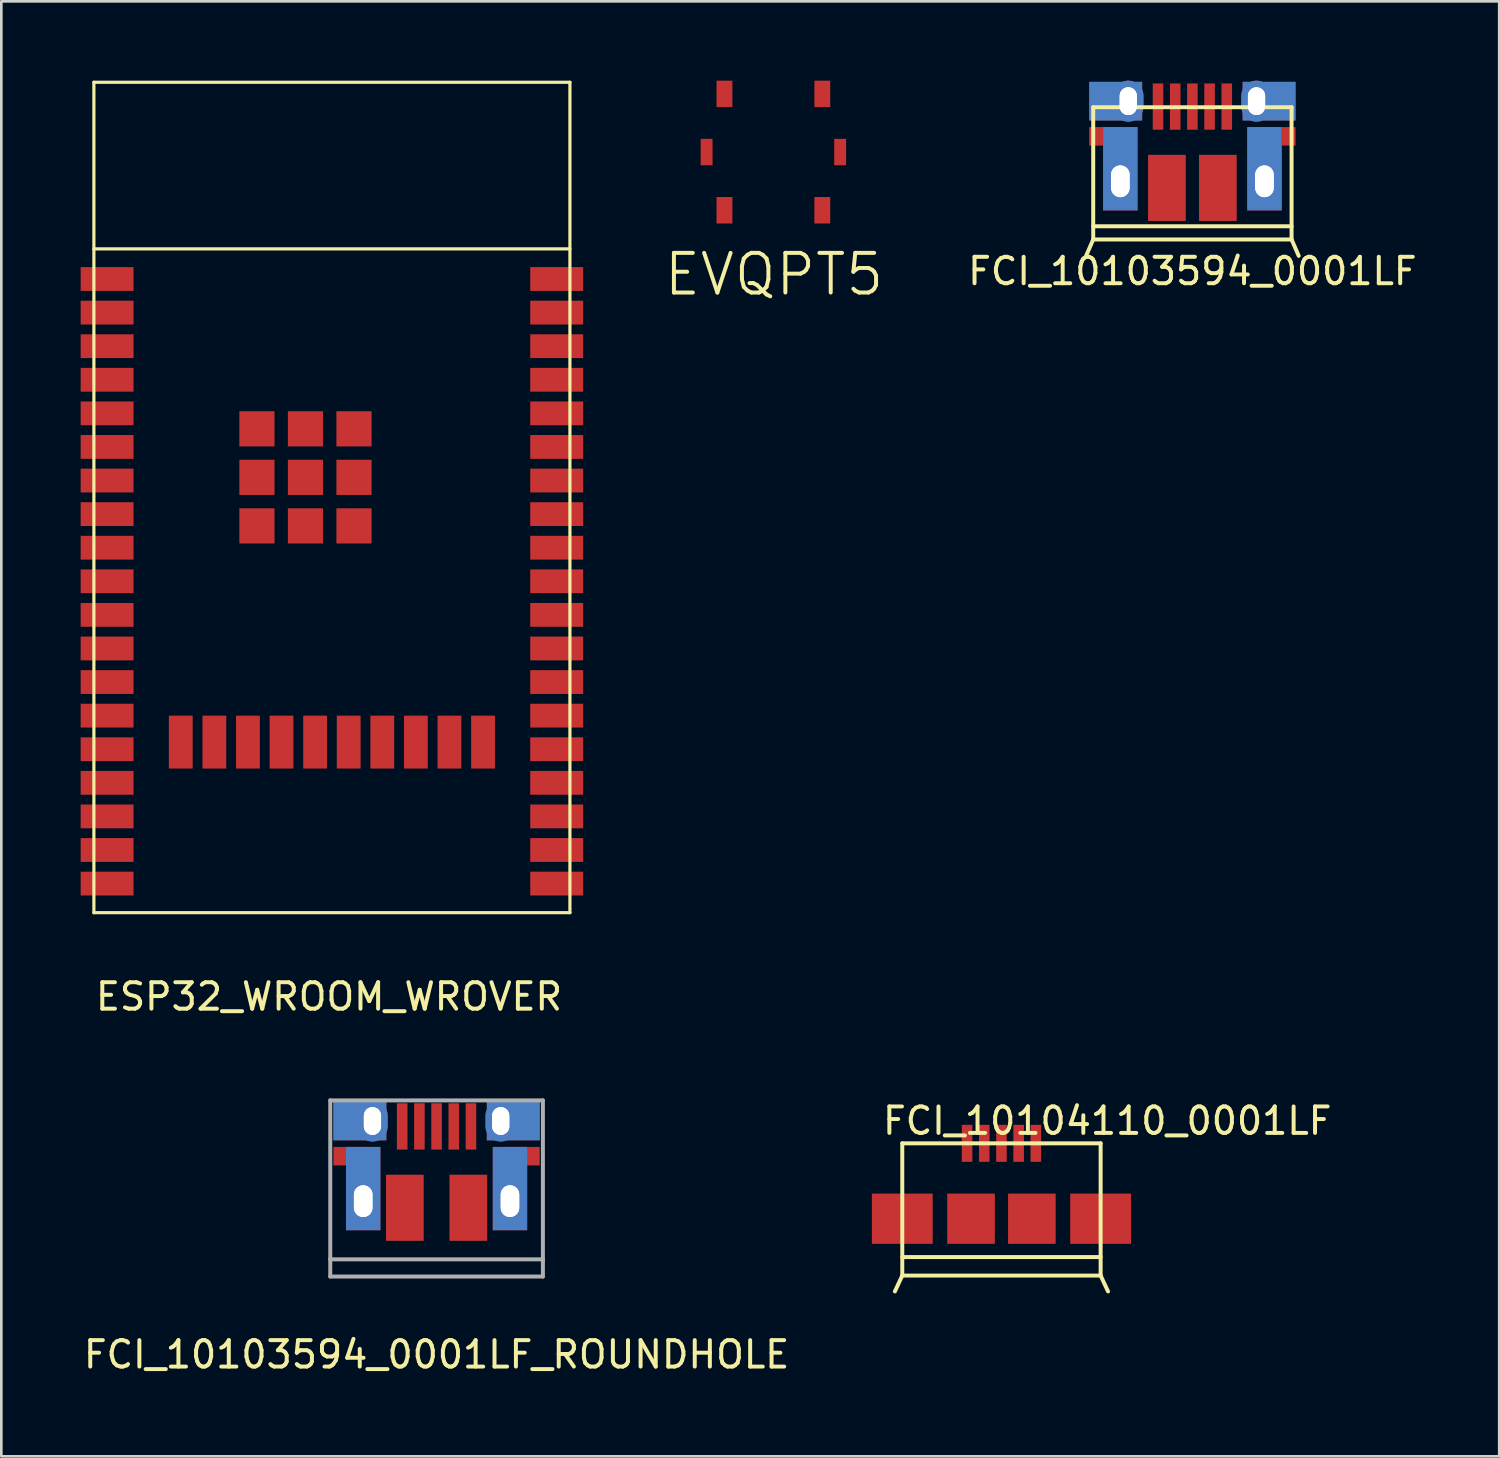
<source format=kicad_pcb>
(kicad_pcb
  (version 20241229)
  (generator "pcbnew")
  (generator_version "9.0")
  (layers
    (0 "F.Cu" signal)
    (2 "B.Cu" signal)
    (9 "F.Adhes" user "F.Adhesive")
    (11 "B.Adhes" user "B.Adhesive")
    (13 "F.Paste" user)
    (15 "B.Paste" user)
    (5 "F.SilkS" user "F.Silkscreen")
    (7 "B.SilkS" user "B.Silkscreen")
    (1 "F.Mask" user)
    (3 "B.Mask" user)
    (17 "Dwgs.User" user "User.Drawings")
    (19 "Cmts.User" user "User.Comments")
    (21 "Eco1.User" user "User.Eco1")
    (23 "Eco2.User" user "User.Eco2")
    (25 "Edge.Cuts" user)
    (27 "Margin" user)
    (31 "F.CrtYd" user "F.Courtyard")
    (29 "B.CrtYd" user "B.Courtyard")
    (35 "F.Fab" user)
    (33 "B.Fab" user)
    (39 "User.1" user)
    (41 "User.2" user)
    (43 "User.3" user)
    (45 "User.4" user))
  (footprint "EVQPT5"
    (layer "F.Cu")
    (at 26.193 2.7)
    (property "Reference" "EVQPT5" (at 0.025 4.625 0) (layer "F.SilkS") (effects (font (size 1.5 1.5) (thickness 0.15))))
    (attr through_hole)
    (pad "" smd rect (at -2.525 0) (size 0.45 1) (layers "F.Cu" "F.Mask" "F.Paste"))
    (pad "" smd rect (at 2.525 0) (size 0.45 1) (layers "F.Cu" "F.Mask" "F.Paste"))
    (pad "1" smd rect (at -1.85 -2.2) (size 0.6 1) (layers "F.Cu" "F.Mask" "F.Paste"))
    (pad "1" smd rect (at -1.85 2.2) (size 0.6 1) (layers "F.Cu" "F.Mask" "F.Paste"))
    (pad "2" smd rect (at 1.85 -2.2) (size 0.6 1) (layers "F.Cu" "F.Mask" "F.Paste"))
    (pad "2" smd rect (at 1.85 2.2) (size 0.6 1) (layers "F.Cu" "F.Mask" "F.Paste")))
  (footprint "FCI_10103594_0001LF"
    (layer "F.Cu")
    (at 42.037 3.805)
    (property "Reference" "FCI_10103594_0001LF" (at 0 3.4 0) (layer "F.SilkS") (effects (font (size 1 1) (thickness 0.15))))
    (attr through_hole)
    (fp_line (start -3.75 -2.8) (end 3.75 -2.8) (stroke (width 0.15) (type solid)) (layer "F.SilkS"))
    (fp_line (start -3.75 1.7) (end 3.75 1.7) (stroke (width 0.15) (type solid)) (layer "F.SilkS"))
    (fp_line (start -3.75 2.2) (end -4.02 2.82) (stroke (width 0.15) (type solid)) (layer "F.SilkS"))
    (fp_line (start -3.75 2.2) (end -3.75 -2.8) (stroke (width 0.15) (type solid)) (layer "F.SilkS"))
    (fp_line (start 3.75 -2.8) (end 3.75 2.2) (stroke (width 0.15) (type solid)) (layer "F.SilkS"))
    (fp_line (start 3.75 2.2) (end -3.75 2.2) (stroke (width 0.15) (type solid)) (layer "F.SilkS"))
    (fp_line (start 3.75 2.2) (end 4.02 2.82) (stroke (width 0.15) (type solid)) (layer "F.SilkS"))
    (pad "1" smd rect (at -1.3 -2.825) (size 0.4 1.75) (layers "F.Cu" "F.Mask" "F.Paste"))
    (pad "2" smd rect (at -0.65 -2.825) (size 0.4 1.75) (layers "F.Cu" "F.Mask" "F.Paste"))
    (pad "3" smd rect (at 0 -2.825) (size 0.4 1.75) (layers "F.Cu" "F.Mask" "F.Paste"))
    (pad "4" smd rect (at 0.65 -2.825) (size 0.4 1.75) (layers "F.Cu" "F.Mask" "F.Paste"))
    (pad "5" smd rect (at 1.3 -2.825) (size 0.4 1.75) (layers "F.Cu" "F.Mask" "F.Paste"))
    (pad "6" smd rect (at -3.638 -1.7) (size 0.525 0.7) (layers "F.Cu" "F.Mask" "F.Paste"))
    (pad "6" thru_hole oval (at -2.725 0) (size 1.2 1.7) (drill oval 0.7 1.2) (layers "B.Cu" "B.Mask"))
    (pad "6" thru_hole rect (at -2.725 0) (size 1.3 3.15) (drill oval 0.7 1.2 (offset 0 -0.475)) (layers "F.Cu" "F.Mask" "F.Paste"))
    (pad "6" thru_hole oval (at -2.425 -3.03) (size 1.15 1.55) (drill oval 0.65 1.05) (layers "B.Cu" "B.Mask"))
    (pad "6" thru_hole rect (at -2.425 -3.03) (size 2 1.46) (drill oval 0.65 1.05 (offset -0.475 0)) (layers "F.Cu" "F.Mask" "F.Paste"))
    (pad "6" smd rect (at -0.963 0) (size 1.425 2.5) (drill (offset 0 0.25)) (layers "F.Cu" "F.Mask" "F.Paste"))
    (pad "6" smd rect (at 0.963 0) (size 1.425 2.5) (drill (offset 0 0.25)) (layers "F.Cu" "F.Mask" "F.Paste"))
    (pad "6" thru_hole oval (at 2.425 -3.03) (size 1.15 1.55) (drill oval 0.65 1.05) (layers "B.Cu" "B.Mask"))
    (pad "6" thru_hole rect (at 2.425 -3.03) (size 2 1.46) (drill oval 0.65 1.05 (offset 0.475 0)) (layers "F.Cu" "F.Mask" "F.Paste"))
    (pad "6" thru_hole oval (at 2.725 0) (size 1.2 1.7) (drill oval 0.7 1.2) (layers "B.Cu" "B.Mask"))
    (pad "6" thru_hole rect (at 2.725 0) (size 1.3 3.15) (drill oval 0.7 1.2 (offset 0 -0.475)) (layers "F.Cu" "F.Mask" "F.Paste"))
    (pad "6" smd rect (at 3.638 -1.7) (size 0.525 0.7) (layers "F.Cu" "F.Mask" "F.Paste")))
  (footprint "FCI_10103594_0001LF_ROUNDHOLE"
    (layer "F.Cu")
    (at 13.458 42.368)
    (property "Reference" "FCI_10103594_0001LF_ROUNDHOLE" (at 0 5.8 0) (layer "F.SilkS") (effects (font (size 1 1) (thickness 0.15))))
    (attr through_hole)
    (fp_line (start -4.02 -3.81) (end 4.02 -3.81) (stroke (width 0.15) (type solid)) (layer "F.Fab"))
    (fp_line (start -4.02 2.2) (end -4.02 -3.81) (stroke (width 0.15) (type solid)) (layer "F.Fab"))
    (fp_line (start -4.02 2.2) (end -4.02 2.85) (stroke (width 0.15) (type solid)) (layer "F.Fab"))
    (fp_line (start -4.02 2.85) (end 4.02 2.85) (stroke (width 0.15) (type solid)) (layer "F.Fab"))
    (fp_line (start 4.02 -3.81) (end 4.02 2.2) (stroke (width 0.15) (type solid)) (layer "F.Fab"))
    (fp_line (start 4.02 2.2) (end -4.02 2.2) (stroke (width 0.15) (type solid)) (layer "F.Fab"))
    (fp_line (start 4.02 2.2) (end 4.02 2.85) (stroke (width 0.15) (type solid)) (layer "F.Fab"))
    (pad "" thru_hole oval (at -2.775 0) (size 1.2 1.7) (drill oval 0.7 1.2) (layers "B.Cu" "B.Mask"))
    (pad "1" smd rect (at 1.3 -2.825) (size 0.4 1.75) (layers "F.Cu" "F.Paste"))
    (pad "2" smd rect (at 0.65 -2.825) (size 0.4 1.75) (layers "F.Cu" "F.Paste"))
    (pad "3" smd rect (at 0 -2.825) (size 0.4 1.75) (layers "F.Cu" "F.Paste"))
    (pad "4" smd rect (at -0.65 -2.825) (size 0.4 1.75) (layers "F.Cu" "F.Paste"))
    (pad "5" smd rect (at -1.3 -2.825) (size 0.4 1.75) (layers "F.Cu" "F.Paste"))
    (pad "6" smd rect (at -3.2 -1.7) (size 1.4 0.7) (layers "F.Cu" "F.Paste"))
    (pad "6" thru_hole rect (at -2.775 0) (size 1.3 3.15) (drill oval 0.7 1.2 (offset 0 -0.475)) (layers "F.Cu" "F.Paste"))
    (pad "6" thru_hole oval (at -2.425 -3.03) (size 1.15 1.55) (drill oval 0.65 1.05) (layers "B.Cu" "B.Mask"))
    (pad "6" thru_hole rect (at -2.425 -3.03) (size 2 1.46) (drill oval 0.65 1.05 (offset -0.475 0)) (layers "F.Cu" "F.Paste"))
    (pad "6" smd rect (at -1.2 0) (size 1.425 2.5) (drill (offset 0 0.25)) (layers "F.Cu" "F.Paste"))
    (pad "6" smd rect (at 1.2 0) (size 1.425 2.5) (drill (offset 0 0.25)) (layers "F.Cu" "F.Paste"))
    (pad "6" thru_hole oval (at 2.425 -3.03) (size 1.15 1.55) (drill oval 0.65 1.05) (layers "B.Cu" "B.Mask"))
    (pad "6" thru_hole rect (at 2.425 -3.03) (size 2 1.46) (drill oval 0.65 1.05 (offset 0.475 0)) (layers "F.Cu" "F.Paste"))
    (pad "6" thru_hole oval (at 2.775 0) (size 1.2 1.7) (drill oval 0.7 1.2) (layers "B.Cu" "B.Mask"))
    (pad "6" thru_hole rect (at 2.775 0) (size 1.3 3.15) (drill oval 0.7 1.2 (offset 0 -0.475)) (layers "F.Cu" "F.Paste"))
    (pad "6" smd rect (at 3.2 -1.7) (size 1.4 0.7) (layers "F.Cu" "F.Paste")))
  (footprint "FCI_10104110_0001LF"
    (layer "F.Cu")
    (at 34.817 43.032)
    (property "Reference" "FCI_10104110_0001LF" (at 4 -3.7 0) (layer "F.SilkS") (effects (font (size 1 1) (thickness 0.15))))
    (attr through_hole)
    (fp_line (start -3.75 -2.85) (end -3.75 2.15) (stroke (width 0.15) (type solid)) (layer "F.SilkS"))
    (fp_line (start -3.75 1.45) (end 3.75 1.45) (stroke (width 0.15) (type solid)) (layer "F.SilkS"))
    (fp_line (start -3.75 2.15) (end -4.03 2.75) (stroke (width 0.15) (type solid)) (layer "F.SilkS"))
    (fp_line (start -3.75 2.15) (end 3.75 2.15) (stroke (width 0.15) (type solid)) (layer "F.SilkS"))
    (fp_line (start 3.75 -2.85) (end -3.75 -2.85) (stroke (width 0.15) (type solid)) (layer "F.SilkS"))
    (fp_line (start 3.75 -2.85) (end 3.75 2.15) (stroke (width 0.15) (type solid)) (layer "F.SilkS"))
    (fp_line (start 3.75 2.15) (end 4.03 2.75) (stroke (width 0.15) (type solid)) (layer "F.SilkS"))
    (pad "1" smd rect (at -1.3 -2.85) (size 0.4 1.4) (layers "F.Cu" "F.Mask" "F.Paste"))
    (pad "2" smd rect (at -0.65 -2.85) (size 0.4 1.4) (layers "F.Cu" "F.Mask" "F.Paste"))
    (pad "3" smd rect (at 0 -2.85) (size 0.4 1.4) (layers "F.Cu" "F.Mask" "F.Paste"))
    (pad "4" smd rect (at 0.65 -2.85) (size 0.4 1.4) (layers "F.Cu" "F.Mask" "F.Paste"))
    (pad "5" smd rect (at 1.3 -2.85) (size 0.4 1.4) (layers "F.Cu" "F.Mask" "F.Paste"))
    (pad "6" smd rect (at -3.75 0) (size 2.3 1.9) (layers "F.Cu" "F.Mask" "F.Paste"))
    (pad "6" smd rect (at -1.15 0) (size 1.8 1.9) (layers "F.Cu" "F.Mask" "F.Paste"))
    (pad "6" smd rect (at 1.15 0) (size 1.8 1.9) (layers "F.Cu" "F.Mask" "F.Paste"))
    (pad "6" smd rect (at 3.75 0) (size 2.3 1.9) (layers "F.Cu" "F.Mask" "F.Paste")))
  (footprint "ESP32_WROOM_WROVER"
    (layer "F.Cu")
    (at 0.5 31.46)
    (property "Reference" "ESP32_WROOM_WROVER" (at 8.89 3.175 0) (layer "F.SilkS") (effects (font (size 1 1) (thickness 0.15))))
    (attr through_hole)
    (fp_line (start 0 -31.4) (end 18 -31.4) (stroke (width 0.12) (type solid)) (layer "F.SilkS"))
    (fp_line (start 0 -25.1) (end 18 -25.1) (stroke (width 0.12) (type solid)) (layer "F.SilkS"))
    (fp_line (start 0 0) (end 0 -31.4) (stroke (width 0.12) (type solid)) (layer "F.SilkS"))
    (fp_line (start 18 -31.4) (end 18 0) (stroke (width 0.12) (type solid)) (layer "F.SilkS"))
    (fp_line (start 18 0) (end 0 0) (stroke (width 0.12) (type solid)) (layer "F.SilkS"))
    (pad "1" smd rect (at 0.5 -23.96) (size 2 0.9) (layers "F.Cu" "F.Mask" "F.Paste"))
    (pad "2" smd rect (at 0.5 -22.69) (size 2 0.9) (layers "F.Cu" "F.Mask" "F.Paste"))
    (pad "3" smd rect (at 0.5 -21.42) (size 2 0.9) (layers "F.Cu" "F.Mask" "F.Paste"))
    (pad "4" smd rect (at 0.5 -20.15) (size 2 0.9) (layers "F.Cu" "F.Mask" "F.Paste"))
    (pad "5" smd rect (at 0.5 -18.88) (size 2 0.9) (layers "F.Cu" "F.Mask" "F.Paste"))
    (pad "6" smd rect (at 0.5 -17.61) (size 2 0.9) (layers "F.Cu" "F.Mask" "F.Paste"))
    (pad "7" smd rect (at 0.5 -16.34) (size 2 0.9) (layers "F.Cu" "F.Mask" "F.Paste"))
    (pad "8" smd rect (at 0.5 -15.07) (size 2 0.9) (layers "F.Cu" "F.Mask" "F.Paste"))
    (pad "9" smd rect (at 0.5 -13.8) (size 2 0.9) (layers "F.Cu" "F.Mask" "F.Paste"))
    (pad "10" smd rect (at 0.5 -12.53) (size 2 0.9) (layers "F.Cu" "F.Mask" "F.Paste"))
    (pad "11" smd rect (at 0.5 -11.26) (size 2 0.9) (layers "F.Cu" "F.Mask" "F.Paste"))
    (pad "12" smd rect (at 0.5 -9.99) (size 2 0.9) (layers "F.Cu" "F.Mask" "F.Paste"))
    (pad "13" smd rect (at 0.5 -8.72) (size 2 0.9) (layers "F.Cu" "F.Mask" "F.Paste"))
    (pad "14" smd rect (at 0.5 -7.45) (size 2 0.9) (layers "F.Cu" "F.Mask" "F.Paste"))
    (pad "15" smd rect (at 0.5 -6.18) (size 2 0.9) (layers "F.Cu" "F.Mask" "F.Paste"))
    (pad "15" smd rect (at 3.285 -6.45) (size 0.9 2) (layers "F.Cu" "F.Mask" "F.Paste"))
    (pad "16" smd rect (at 0.5 -4.91) (size 2 0.9) (layers "F.Cu" "F.Mask" "F.Paste"))
    (pad "16" smd rect (at 4.555 -6.45) (size 0.9 2) (layers "F.Cu" "F.Mask" "F.Paste"))
    (pad "17" smd rect (at 0.5 -3.64) (size 2 0.9) (layers "F.Cu" "F.Mask" "F.Paste"))
    (pad "17" smd rect (at 5.825 -6.45) (size 0.9 2) (layers "F.Cu" "F.Mask" "F.Paste"))
    (pad "18" smd rect (at 0.5 -2.37) (size 2 0.9) (layers "F.Cu" "F.Mask" "F.Paste"))
    (pad "18" smd rect (at 7.095 -6.45) (size 0.9 2) (layers "F.Cu" "F.Mask" "F.Paste"))
    (pad "19" smd rect (at 0.5 -1.1) (size 2 0.9) (layers "F.Cu" "F.Mask" "F.Paste"))
    (pad "19" smd rect (at 8.365 -6.45) (size 0.9 2) (layers "F.Cu" "F.Mask" "F.Paste"))
    (pad "20" smd rect (at 9.635 -6.45) (size 0.9 2) (layers "F.Cu" "F.Mask" "F.Paste"))
    (pad "20" smd rect (at 17.5 -1.1) (size 2 0.9) (layers "F.Cu" "F.Mask" "F.Paste"))
    (pad "21" smd rect (at 10.905 -6.45) (size 0.9 2) (layers "F.Cu" "F.Mask" "F.Paste"))
    (pad "21" smd rect (at 17.5 -2.37) (size 2 0.9) (layers "F.Cu" "F.Mask" "F.Paste"))
    (pad "22" smd rect (at 12.175 -6.45) (size 0.9 2) (layers "F.Cu" "F.Mask" "F.Paste"))
    (pad "22" smd rect (at 17.5 -3.64) (size 2 0.9) (layers "F.Cu" "F.Mask" "F.Paste"))
    (pad "23" smd rect (at 13.445 -6.45) (size 0.9 2) (layers "F.Cu" "F.Mask" "F.Paste"))
    (pad "23" smd rect (at 17.5 -4.91) (size 2 0.9) (layers "F.Cu" "F.Mask" "F.Paste"))
    (pad "24" smd rect (at 14.715 -6.45) (size 0.9 2) (layers "F.Cu" "F.Mask" "F.Paste"))
    (pad "24" smd rect (at 17.5 -6.18) (size 2 0.9) (layers "F.Cu" "F.Mask" "F.Paste"))
    (pad "25" smd rect (at 17.5 -7.45) (size 2 0.9) (layers "F.Cu" "F.Mask" "F.Paste"))
    (pad "26" smd rect (at 17.5 -8.72) (size 2 0.9) (layers "F.Cu" "F.Mask" "F.Paste"))
    (pad "27" smd rect (at 17.5 -9.99) (size 2 0.9) (layers "F.Cu" "F.Mask" "F.Paste"))
    (pad "28" smd rect (at 17.5 -11.26) (size 2 0.9) (layers "F.Cu" "F.Mask" "F.Paste"))
    (pad "29" smd rect (at 17.5 -12.53) (size 2 0.9) (layers "F.Cu" "F.Mask" "F.Paste"))
    (pad "30" smd rect (at 17.5 -13.8) (size 2 0.9) (layers "F.Cu" "F.Mask" "F.Paste"))
    (pad "31" smd rect (at 17.5 -15.07) (size 2 0.9) (layers "F.Cu" "F.Mask" "F.Paste"))
    (pad "32" smd rect (at 17.5 -16.34) (size 2 0.9) (layers "F.Cu" "F.Mask" "F.Paste"))
    (pad "33" smd rect (at 17.5 -17.61) (size 2 0.9) (layers "F.Cu" "F.Mask" "F.Paste"))
    (pad "34" smd rect (at 17.5 -18.88) (size 2 0.9) (layers "F.Cu" "F.Mask" "F.Paste"))
    (pad "35" smd rect (at 17.5 -20.15) (size 2 0.9) (layers "F.Cu" "F.Mask" "F.Paste"))
    (pad "36" smd rect (at 17.5 -21.42) (size 2 0.9) (layers "F.Cu" "F.Mask" "F.Paste"))
    (pad "37" smd rect (at 17.5 -22.69) (size 2 0.9) (layers "F.Cu" "F.Mask" "F.Paste"))
    (pad "38" smd rect (at 17.5 -23.96) (size 2 0.9) (layers "F.Cu" "F.Mask" "F.Paste"))
    (pad "39" smd rect (at 6.165 -18.295) (size 1.33 1.33) (layers "F.Cu" "F.Mask" "F.Paste"))
    (pad "39" smd rect (at 6.165 -16.46) (size 1.33 1.33) (layers "F.Cu" "F.Mask" "F.Paste"))
    (pad "39" smd rect (at 6.165 -14.625) (size 1.33 1.33) (layers "F.Cu" "F.Mask" "F.Paste"))
    (pad "39" smd rect (at 8 -18.295) (size 1.33 1.33) (layers "F.Cu" "F.Mask" "F.Paste"))
    (pad "39" smd rect (at 8 -16.46) (size 1.33 1.33) (layers "F.Cu" "F.Mask" "F.Paste"))
    (pad "39" smd rect (at 8 -14.625) (size 1.33 1.33) (layers "F.Cu" "F.Mask" "F.Paste"))
    (pad "39" smd rect (at 9.835 -18.295) (size 1.33 1.33) (layers "F.Cu" "F.Mask" "F.Paste"))
    (pad "39" smd rect (at 9.835 -16.46) (size 1.33 1.33) (layers "F.Cu" "F.Mask" "F.Paste"))
    (pad "39" smd rect (at 9.835 -14.625) (size 1.33 1.33) (layers "F.Cu" "F.Mask" "F.Paste")))
  (gr_rect
    (start -3 -3)
    (end 53.638 52.017)
    (stroke (width 0.1) (type default))
    (fill no)
    (layer "Edge.Cuts")))
</source>
